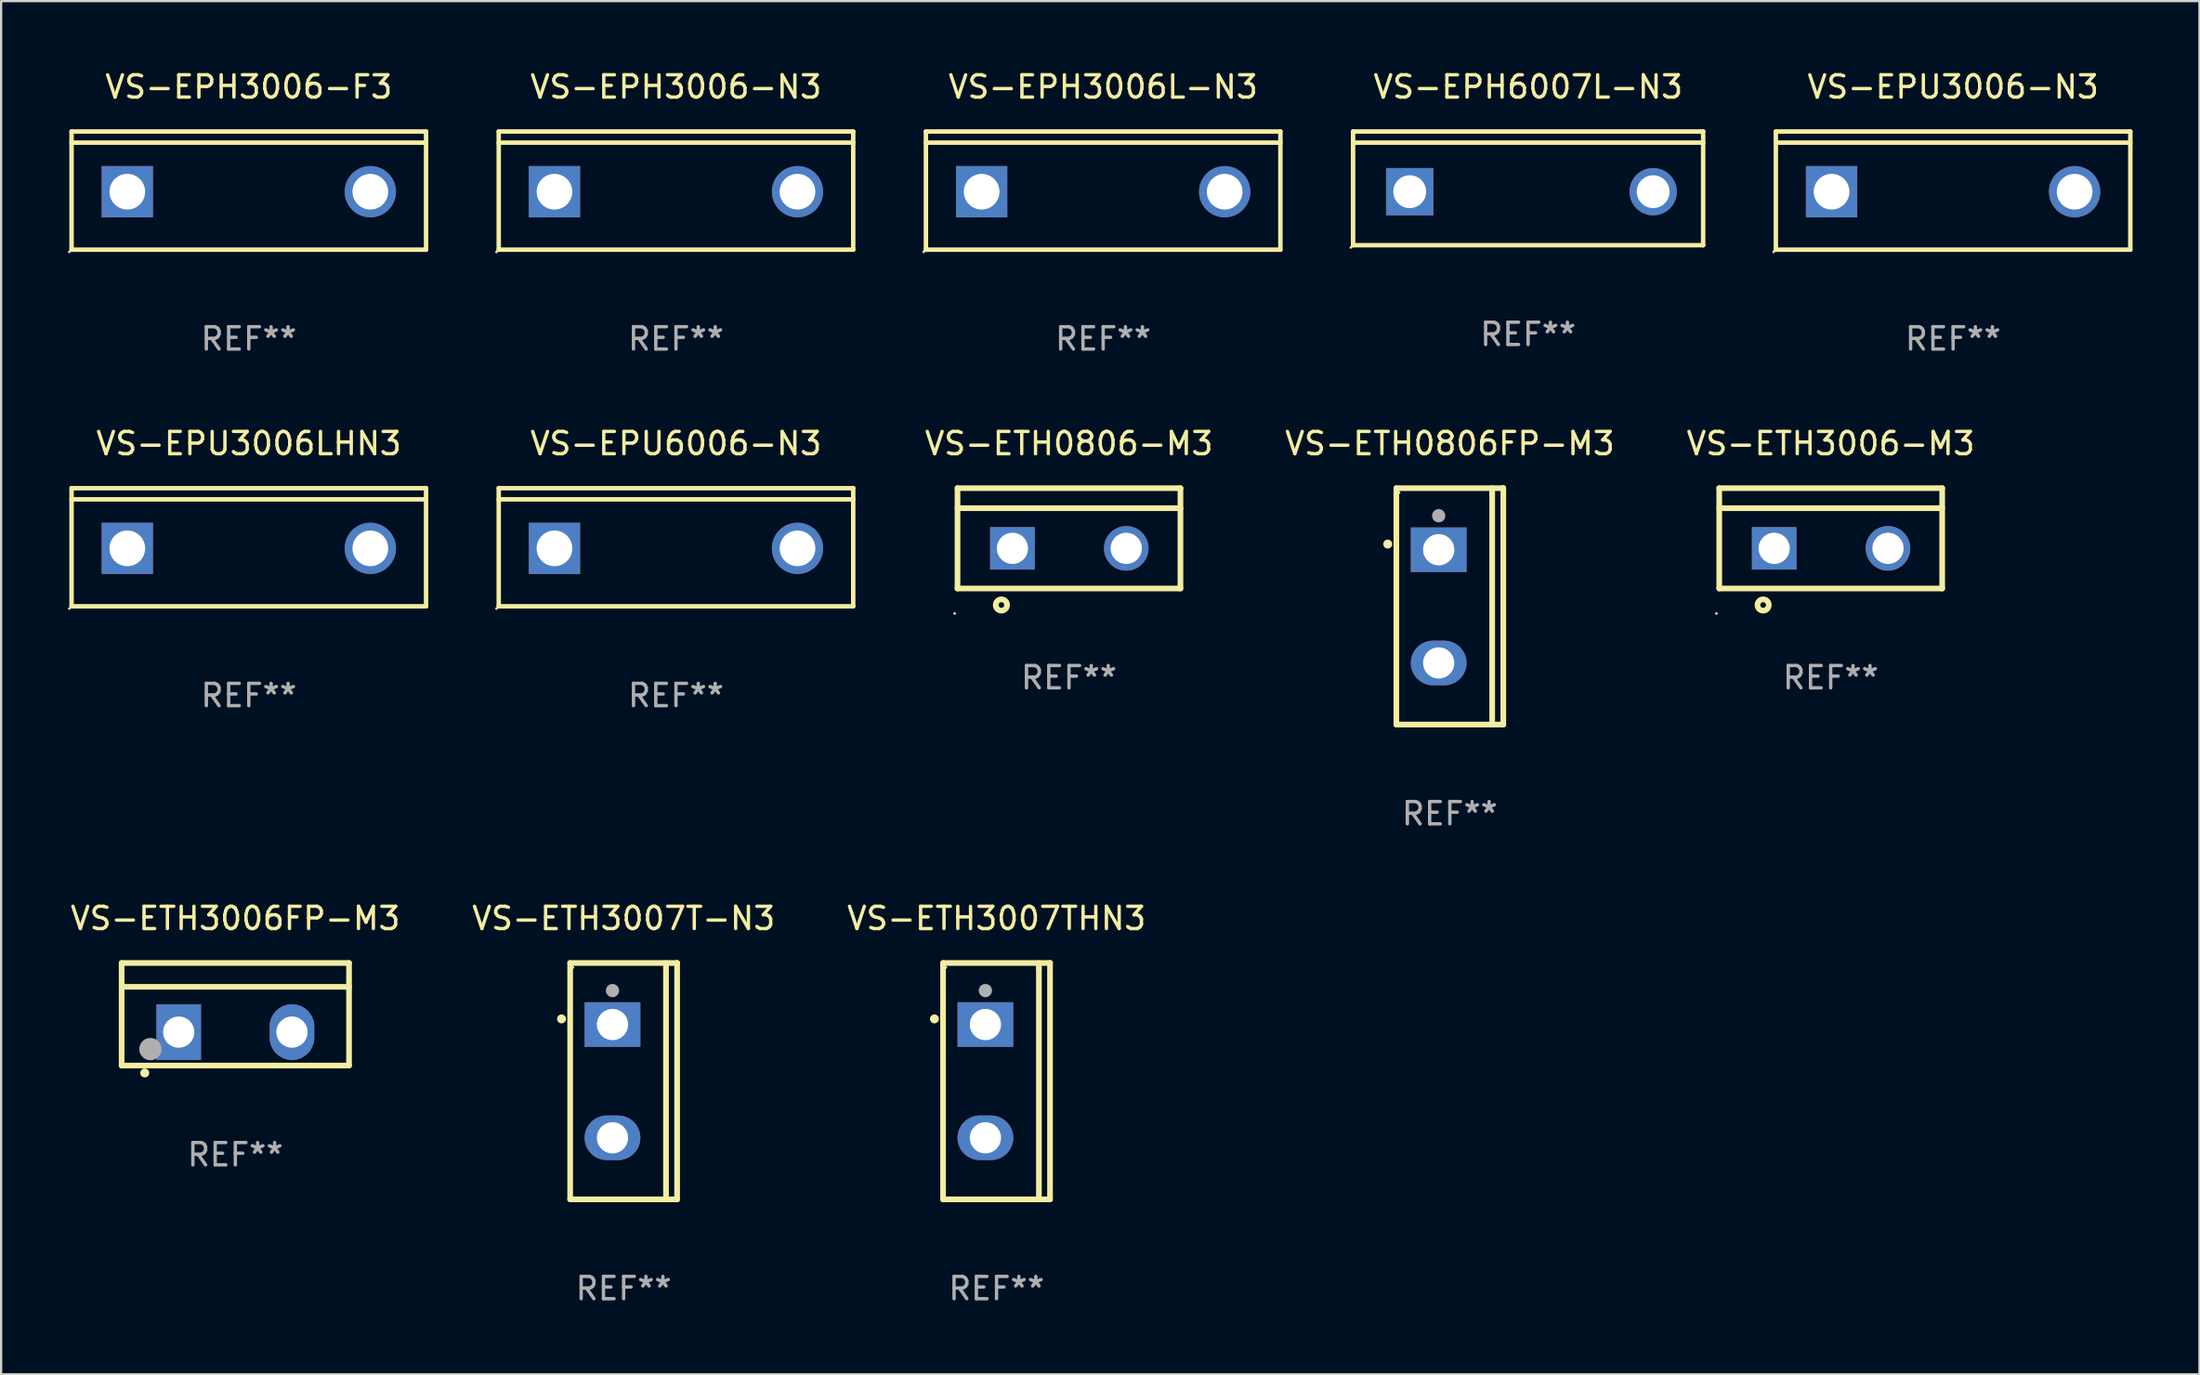
<source format=kicad_pcb>
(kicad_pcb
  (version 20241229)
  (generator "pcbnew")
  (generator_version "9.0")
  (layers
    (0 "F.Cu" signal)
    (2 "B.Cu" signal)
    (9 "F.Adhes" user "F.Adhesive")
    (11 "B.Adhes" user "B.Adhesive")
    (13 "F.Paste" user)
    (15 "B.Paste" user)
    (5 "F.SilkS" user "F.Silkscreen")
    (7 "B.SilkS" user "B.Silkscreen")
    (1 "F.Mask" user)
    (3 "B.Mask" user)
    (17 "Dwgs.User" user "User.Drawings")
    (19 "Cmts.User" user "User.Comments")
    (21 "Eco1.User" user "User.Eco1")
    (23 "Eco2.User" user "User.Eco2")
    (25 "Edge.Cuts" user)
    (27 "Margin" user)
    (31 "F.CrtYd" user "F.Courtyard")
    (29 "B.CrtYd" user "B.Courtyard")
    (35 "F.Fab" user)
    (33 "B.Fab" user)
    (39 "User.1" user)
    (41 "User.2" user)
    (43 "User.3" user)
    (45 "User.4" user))
  (footprint "VS-EPH3006L-N3"
    (layer "F.Cu")
    (at 46.431 5.499)
    (property "Reference" "VS-EPH3006L-N3" (at 0 -4.65 0) (layer "F.SilkS") (effects (font (size 1 1) (thickness 0.15))))
    (attr through_hole)
    (fp_line (start -7.95 -2.65) (end -7.95 2.65) (stroke (width 0.2) (type solid)) (layer "F.SilkS"))
    (fp_line (start -7.95 -2.15) (end 7.95 -2.15) (stroke (width 0.2) (type solid)) (layer "F.SilkS"))
    (fp_line (start -7.95 2.65) (end 7.95 2.65) (stroke (width 0.2) (type solid)) (layer "F.SilkS"))
    (fp_line (start 7.95 -2.65) (end -7.95 -2.65) (stroke (width 0.2) (type solid)) (layer "F.SilkS"))
    (fp_line (start 7.95 2.65) (end 7.95 -2.65) (stroke (width 0.2) (type solid)) (layer "F.SilkS"))
    (fp_circle (center -8.05 2.75) (end -8.02 2.75) (stroke (width 0.06) (type solid)) (fill no) (layer "F.SilkS"))
    (fp_text user "REF**" (at 0 6.65 0) (layer "F.Fab") (effects (font (size 1 1) (thickness 0.15))))
    (pad "1" thru_hole rect (at -5.45 0.05) (size 2.3 2.3) (drill 1.6) (layers "*.Cu" "*.Mask"))
    (pad "2" thru_hole circle (at 5.451 0.05) (size 2.3 2.3) (drill 1.6) (layers "*.Cu" "*.Mask")))
  (footprint "VS-ETH3007THN3"
    (layer "F.Cu")
    (at 41.649 45.445)
    (property "Reference" "VS-ETH3007THN3" (at 0 -7.301 0) (layer "F.SilkS") (effects (font (size 1 1) (thickness 0.15))))
    (attr through_hole)
    (fp_line (start -2.399 -5.301) (end 2.394 -5.301) (stroke (width 0.254) (type solid)) (layer "F.SilkS"))
    (fp_line (start -2.399 5.301) (end -2.399 -5.301) (stroke (width 0.254) (type solid)) (layer "F.SilkS"))
    (fp_line (start 1.9 -5.061) (end 1.9 -5.3) (stroke (width 0.254) (type solid)) (layer "F.SilkS"))
    (fp_line (start 1.9 5.3) (end 1.9 -5.061) (stroke (width 0.254) (type solid)) (layer "F.SilkS"))
    (fp_line (start 2.394 -5.301) (end 2.399 -5.301) (stroke (width 0.254) (type solid)) (layer "F.SilkS"))
    (fp_line (start 2.399 -5.301) (end 2.399 5.301) (stroke (width 0.254) (type solid)) (layer "F.SilkS"))
    (fp_line (start 2.399 5.301) (end -2.399 5.301) (stroke (width 0.254) (type solid)) (layer "F.SilkS"))
    (fp_arc (start -2.786043 -2.791466) (mid -2.786047 -2.792736) (end -2.786043 -2.794006) (stroke (width 0.4) (type solid)) (layer "F.SilkS"))
    (fp_circle (center -2.275 -5.1) (end -2.245 -5.1) (stroke (width 0.06) (type solid)) (fill no) (layer "F.SilkS"))
    (fp_circle (center -0.5 -4.064) (end -0.35 -4.064) (stroke (width 0.3) (type solid)) (fill no) (layer "F.Fab"))
    (fp_text user "REF**" (at 0 9.301 0) (layer "F.Fab") (effects (font (size 1 1) (thickness 0.15))))
    (pad "1" thru_hole rect (at -0.5 -2.54 270) (size 2 2.5) (drill 1.4) (layers "*.Cu" "*.Mask"))
    (pad "3" thru_hole oval (at -0.5 2.54 270) (size 2 2.5) (drill 1.4) (layers "*.Cu" "*.Mask")))
  (footprint "VS-EPU3006-N3"
    (layer "F.Cu")
    (at 84.554 5.499)
    (property "Reference" "VS-EPU3006-N3" (at 0 -4.65 0) (layer "F.SilkS") (effects (font (size 1 1) (thickness 0.15))))
    (attr through_hole)
    (fp_line (start -7.95 -2.65) (end -7.95 2.65) (stroke (width 0.2) (type solid)) (layer "F.SilkS"))
    (fp_line (start -7.95 -2.15) (end 7.95 -2.15) (stroke (width 0.2) (type solid)) (layer "F.SilkS"))
    (fp_line (start -7.95 2.65) (end 7.95 2.65) (stroke (width 0.2) (type solid)) (layer "F.SilkS"))
    (fp_line (start 7.95 -2.65) (end -7.95 -2.65) (stroke (width 0.2) (type solid)) (layer "F.SilkS"))
    (fp_line (start 7.95 2.65) (end 7.95 -2.65) (stroke (width 0.2) (type solid)) (layer "F.SilkS"))
    (fp_circle (center -8.05 2.75) (end -8.02 2.75) (stroke (width 0.06) (type solid)) (fill no) (layer "F.SilkS"))
    (fp_text user "REF**" (at 0 6.65 0) (layer "F.Fab") (effects (font (size 1 1) (thickness 0.15))))
    (pad "1" thru_hole rect (at -5.45 0.05) (size 2.3 2.3) (drill 1.6) (layers "*.Cu" "*.Mask"))
    (pad "2" thru_hole circle (at 5.451 0.05) (size 2.3 2.3) (drill 1.6) (layers "*.Cu" "*.Mask")))
  (footprint "VS-EPU3006LHN3"
    (layer "F.Cu")
    (at 8.11 21.496)
    (property "Reference" "VS-EPU3006LHN3" (at 0 -4.65 0) (layer "F.SilkS") (effects (font (size 1 1) (thickness 0.15))))
    (attr through_hole)
    (fp_line (start -7.95 -2.65) (end -7.95 2.65) (stroke (width 0.2) (type solid)) (layer "F.SilkS"))
    (fp_line (start -7.95 -2.15) (end 7.95 -2.15) (stroke (width 0.2) (type solid)) (layer "F.SilkS"))
    (fp_line (start -7.95 2.65) (end 7.95 2.65) (stroke (width 0.2) (type solid)) (layer "F.SilkS"))
    (fp_line (start 7.95 -2.65) (end -7.95 -2.65) (stroke (width 0.2) (type solid)) (layer "F.SilkS"))
    (fp_line (start 7.95 2.65) (end 7.95 -2.65) (stroke (width 0.2) (type solid)) (layer "F.SilkS"))
    (fp_circle (center -8.05 2.75) (end -8.02 2.75) (stroke (width 0.06) (type solid)) (fill no) (layer "F.SilkS"))
    (fp_text user "REF**" (at 0 6.65 0) (layer "F.Fab") (effects (font (size 1 1) (thickness 0.15))))
    (pad "1" thru_hole rect (at -5.45 0.05) (size 2.3 2.3) (drill 1.6) (layers "*.Cu" "*.Mask"))
    (pad "2" thru_hole circle (at 5.451 0.05) (size 2.3 2.3) (drill 1.6) (layers "*.Cu" "*.Mask")))
  (footprint "VS-ETH3007T-N3"
    (layer "F.Cu")
    (at 24.923 45.445)
    (property "Reference" "VS-ETH3007T-N3" (at 0 -7.301 0) (layer "F.SilkS") (effects (font (size 1 1) (thickness 0.15))))
    (attr through_hole)
    (fp_line (start -2.399 -5.301) (end 2.394 -5.301) (stroke (width 0.254) (type solid)) (layer "F.SilkS"))
    (fp_line (start -2.399 5.301) (end -2.399 -5.301) (stroke (width 0.254) (type solid)) (layer "F.SilkS"))
    (fp_line (start 1.9 -5.061) (end 1.9 -5.3) (stroke (width 0.254) (type solid)) (layer "F.SilkS"))
    (fp_line (start 1.9 5.3) (end 1.9 -5.061) (stroke (width 0.254) (type solid)) (layer "F.SilkS"))
    (fp_line (start 2.394 -5.301) (end 2.399 -5.301) (stroke (width 0.254) (type solid)) (layer "F.SilkS"))
    (fp_line (start 2.399 -5.301) (end 2.399 5.301) (stroke (width 0.254) (type solid)) (layer "F.SilkS"))
    (fp_line (start 2.399 5.301) (end -2.399 5.301) (stroke (width 0.254) (type solid)) (layer "F.SilkS"))
    (fp_arc (start -2.786043 -2.791466) (mid -2.786047 -2.792736) (end -2.786043 -2.794006) (stroke (width 0.4) (type solid)) (layer "F.SilkS"))
    (fp_circle (center -2.275 -5.1) (end -2.245 -5.1) (stroke (width 0.06) (type solid)) (fill no) (layer "F.SilkS"))
    (fp_circle (center -0.5 -4.064) (end -0.35 -4.064) (stroke (width 0.3) (type solid)) (fill no) (layer "F.Fab"))
    (fp_text user "REF**" (at 0 9.301 0) (layer "F.Fab") (effects (font (size 1 1) (thickness 0.15))))
    (pad "1" thru_hole rect (at -0.5 -2.54 270) (size 2 2.5) (drill 1.4) (layers "*.Cu" "*.Mask"))
    (pad "3" thru_hole oval (at -0.5 2.54 270) (size 2 2.5) (drill 1.4) (layers "*.Cu" "*.Mask")))
  (footprint "VS-ETH0806-M3"
    (layer "F.Cu")
    (at 44.898 21.096)
    (property "Reference" "VS-ETH0806-M3" (at 0 -4.25 0) (layer "F.SilkS") (effects (font (size 1 1) (thickness 0.15))))
    (attr through_hole)
    (fp_line (start -5 -2.25) (end 5 -2.25) (stroke (width 0.254) (type solid)) (layer "F.SilkS"))
    (fp_line (start -5 -1.351) (end 5 -1.351) (stroke (width 0.254) (type solid)) (layer "F.SilkS"))
    (fp_line (start -5 2.25) (end -5 -2.25) (stroke (width 0.254) (type solid)) (layer "F.SilkS"))
    (fp_line (start -5 2.25) (end 5 2.25) (stroke (width 0.254) (type solid)) (layer "F.SilkS"))
    (fp_line (start 5 2.25) (end 5 -2.25) (stroke (width 0.254) (type solid)) (layer "F.SilkS"))
    (fp_circle (center -5.127 3.371) (end -5.097 3.371) (stroke (width 0.06) (type solid)) (fill no) (layer "F.SilkS"))
    (fp_circle (center -3.031 2.99) (end -2.777 2.99) (stroke (width 0.254) (type solid)) (fill no) (layer "F.SilkS"))
    (fp_text user "REF**" (at 0 6.25 0) (layer "F.Fab") (effects (font (size 1 1) (thickness 0.15))))
    (pad "1" thru_hole rect (at -2.536 0.45 90) (size 1.905 2) (drill 1.4) (layers "*.Cu" "*.Mask"))
    (pad "3" thru_hole circle (at 2.569 0.45) (size 2 2) (drill 1.4) (layers "*.Cu" "*.Mask")))
  (footprint "VS-ETH3006-M3"
    (layer "F.Cu")
    (at 79.065 21.096)
    (property "Reference" "VS-ETH3006-M3" (at 0 -4.25 0) (layer "F.SilkS") (effects (font (size 1 1) (thickness 0.15))))
    (attr through_hole)
    (fp_line (start -5 -2.25) (end 5 -2.25) (stroke (width 0.254) (type solid)) (layer "F.SilkS"))
    (fp_line (start -5 -1.351) (end 5 -1.351) (stroke (width 0.254) (type solid)) (layer "F.SilkS"))
    (fp_line (start -5 2.25) (end -5 -2.25) (stroke (width 0.254) (type solid)) (layer "F.SilkS"))
    (fp_line (start -5 2.25) (end 5 2.25) (stroke (width 0.254) (type solid)) (layer "F.SilkS"))
    (fp_line (start 5 2.25) (end 5 -2.25) (stroke (width 0.254) (type solid)) (layer "F.SilkS"))
    (fp_circle (center -5.127 3.371) (end -5.097 3.371) (stroke (width 0.06) (type solid)) (fill no) (layer "F.SilkS"))
    (fp_circle (center -3.031 2.99) (end -2.777 2.99) (stroke (width 0.254) (type solid)) (fill no) (layer "F.SilkS"))
    (fp_text user "REF**" (at 0 6.25 0) (layer "F.Fab") (effects (font (size 1 1) (thickness 0.15))))
    (pad "1" thru_hole rect (at -2.536 0.45 90) (size 1.905 2) (drill 1.4) (layers "*.Cu" "*.Mask"))
    (pad "3" thru_hole circle (at 2.569 0.45) (size 2 2) (drill 1.4) (layers "*.Cu" "*.Mask")))
  (footprint "VS-EPH6007L-N3"
    (layer "F.Cu")
    (at 65.492 5.398)
    (property "Reference" "VS-EPH6007L-N3" (at 0 -4.55 0) (layer "F.SilkS") (effects (font (size 1 1) (thickness 0.15))))
    (attr through_hole)
    (fp_line (start -7.851 -2.55) (end 7.851 -2.55) (stroke (width 0.201) (type solid)) (layer "F.SilkS"))
    (fp_line (start -7.851 -2.05) (end 7.851 -2.05) (stroke (width 0.201) (type solid)) (layer "F.SilkS"))
    (fp_line (start -7.851 2.55) (end -7.851 -2.55) (stroke (width 0.201) (type solid)) (layer "F.SilkS"))
    (fp_line (start 7.851 -2.55) (end 7.851 2.55) (stroke (width 0.201) (type solid)) (layer "F.SilkS"))
    (fp_line (start 7.851 2.55) (end -7.851 2.55) (stroke (width 0.201) (type solid)) (layer "F.SilkS"))
    (fp_circle (center -7.951 2.65) (end -7.921 2.65) (stroke (width 0.06) (type solid)) (fill no) (layer "F.SilkS"))
    (fp_text user "REF**" (at 0 6.55 0) (layer "F.Fab") (effects (font (size 1 1) (thickness 0.15))))
    (pad "1" thru_hole rect (at -5.31 0.15) (size 2.121 2.121) (drill 1.473) (layers "*.Cu" "*.Mask"))
    (pad "3" thru_hole circle (at 5.61 0.15) (size 2.121 2.121) (drill 1.473) (layers "*.Cu" "*.Mask")))
  (footprint "VS-ETH0806FP-M3"
    (layer "F.Cu")
    (at 61.981 24.147)
    (property "Reference" "VS-ETH0806FP-M3" (at 0 -7.301 0) (layer "F.SilkS") (effects (font (size 1 1) (thickness 0.15))))
    (attr through_hole)
    (fp_line (start -2.399 -5.301) (end 2.394 -5.301) (stroke (width 0.254) (type solid)) (layer "F.SilkS"))
    (fp_line (start -2.399 5.301) (end -2.399 -5.301) (stroke (width 0.254) (type solid)) (layer "F.SilkS"))
    (fp_line (start 1.9 -5.061) (end 1.9 -5.3) (stroke (width 0.254) (type solid)) (layer "F.SilkS"))
    (fp_line (start 1.9 5.3) (end 1.9 -5.061) (stroke (width 0.254) (type solid)) (layer "F.SilkS"))
    (fp_line (start 2.394 -5.301) (end 2.399 -5.301) (stroke (width 0.254) (type solid)) (layer "F.SilkS"))
    (fp_line (start 2.399 -5.301) (end 2.399 5.301) (stroke (width 0.254) (type solid)) (layer "F.SilkS"))
    (fp_line (start 2.399 5.301) (end -2.399 5.301) (stroke (width 0.254) (type solid)) (layer "F.SilkS"))
    (fp_arc (start -2.786043 -2.791466) (mid -2.786047 -2.792736) (end -2.786043 -2.794006) (stroke (width 0.4) (type solid)) (layer "F.SilkS"))
    (fp_circle (center -2.275 -5.1) (end -2.245 -5.1) (stroke (width 0.06) (type solid)) (fill no) (layer "F.SilkS"))
    (fp_circle (center -0.5 -4.064) (end -0.35 -4.064) (stroke (width 0.3) (type solid)) (fill no) (layer "F.Fab"))
    (fp_text user "REF**" (at 0 9.301 0) (layer "F.Fab") (effects (font (size 1 1) (thickness 0.15))))
    (pad "1" thru_hole rect (at -0.5 -2.54 270) (size 2 2.5) (drill 1.4) (layers "*.Cu" "*.Mask"))
    (pad "3" thru_hole oval (at -0.5 2.54 270) (size 2 2.5) (drill 1.4) (layers "*.Cu" "*.Mask")))
  (footprint "VS-ETH3006FP-M3"
    (layer "F.Cu")
    (at 7.506 42.444)
    (property "Reference" "VS-ETH3006FP-M3" (at 0 -4.3 0) (layer "F.SilkS") (effects (font (size 1 1) (thickness 0.15))))
    (attr through_hole)
    (fp_line (start -5.1 -2.3) (end -5.1 2.3) (stroke (width 0.254) (type solid)) (layer "F.SilkS"))
    (fp_line (start -5.1 2.3) (end 5.1 2.3) (stroke (width 0.254) (type solid)) (layer "F.SilkS"))
    (fp_line (start -5.08 -1.232) (end 5.1 -1.232) (stroke (width 0.254) (type solid)) (layer "F.SilkS"))
    (fp_line (start 5.1 -2.3) (end -5.1 -2.3) (stroke (width 0.254) (type solid)) (layer "F.SilkS"))
    (fp_line (start 5.1 -2.3) (end 5.1 2.3) (stroke (width 0.254) (type solid)) (layer "F.SilkS"))
    (fp_arc (start -4.065278 2.632004) (mid -4.064008 2.632) (end -4.062738 2.632004) (stroke (width 0.4) (type solid)) (layer "F.SilkS"))
    (fp_circle (center -5.1 2.32) (end -5.07 2.32) (stroke (width 0.06) (type solid)) (fill no) (layer "F.SilkS"))
    (fp_circle (center -3.81 1.562) (end -3.56 1.562) (stroke (width 0.5) (type solid)) (fill no) (layer "F.Fab"))
    (fp_text user "REF**" (at 0 6.3 0) (layer "F.Fab") (effects (font (size 1 1) (thickness 0.15))))
    (pad "1" thru_hole rect (at -2.54 0.8) (size 2 2.5) (drill 1.4) (layers "*.Cu" "*.Mask"))
    (pad "2" thru_hole oval (at 2.54 0.8) (size 2 2.5) (drill 1.4) (layers "*.Cu" "*.Mask")))
  (footprint "VS-EPU6006-N3"
    (layer "F.Cu")
    (at 27.27 21.496)
    (property "Reference" "VS-EPU6006-N3" (at 0 -4.65 0) (layer "F.SilkS") (effects (font (size 1 1) (thickness 0.15))))
    (attr through_hole)
    (fp_line (start -7.95 -2.65) (end -7.95 2.65) (stroke (width 0.2) (type solid)) (layer "F.SilkS"))
    (fp_line (start -7.95 -2.15) (end 7.95 -2.15) (stroke (width 0.2) (type solid)) (layer "F.SilkS"))
    (fp_line (start -7.95 2.65) (end 7.95 2.65) (stroke (width 0.2) (type solid)) (layer "F.SilkS"))
    (fp_line (start 7.95 -2.65) (end -7.95 -2.65) (stroke (width 0.2) (type solid)) (layer "F.SilkS"))
    (fp_line (start 7.95 2.65) (end 7.95 -2.65) (stroke (width 0.2) (type solid)) (layer "F.SilkS"))
    (fp_circle (center -8.05 2.75) (end -8.02 2.75) (stroke (width 0.06) (type solid)) (fill no) (layer "F.SilkS"))
    (fp_text user "REF**" (at 0 6.65 0) (layer "F.Fab") (effects (font (size 1 1) (thickness 0.15))))
    (pad "1" thru_hole rect (at -5.45 0.05) (size 2.3 2.3) (drill 1.6) (layers "*.Cu" "*.Mask"))
    (pad "2" thru_hole circle (at 5.451 0.05) (size 2.3 2.3) (drill 1.6) (layers "*.Cu" "*.Mask")))
  (footprint "VS-EPH3006-F3"
    (layer "F.Cu")
    (at 8.11 5.499)
    (property "Reference" "VS-EPH3006-F3" (at 0 -4.65 0) (layer "F.SilkS") (effects (font (size 1 1) (thickness 0.15))))
    (attr through_hole)
    (fp_line (start -7.95 -2.65) (end -7.95 2.65) (stroke (width 0.2) (type solid)) (layer "F.SilkS"))
    (fp_line (start -7.95 -2.15) (end 7.95 -2.15) (stroke (width 0.2) (type solid)) (layer "F.SilkS"))
    (fp_line (start -7.95 2.65) (end 7.95 2.65) (stroke (width 0.2) (type solid)) (layer "F.SilkS"))
    (fp_line (start 7.95 -2.65) (end -7.95 -2.65) (stroke (width 0.2) (type solid)) (layer "F.SilkS"))
    (fp_line (start 7.95 2.65) (end 7.95 -2.65) (stroke (width 0.2) (type solid)) (layer "F.SilkS"))
    (fp_circle (center -8.05 2.75) (end -8.02 2.75) (stroke (width 0.06) (type solid)) (fill no) (layer "F.SilkS"))
    (fp_text user "REF**" (at 0 6.65 0) (layer "F.Fab") (effects (font (size 1 1) (thickness 0.15))))
    (pad "1" thru_hole rect (at -5.45 0.05) (size 2.3 2.3) (drill 1.6) (layers "*.Cu" "*.Mask"))
    (pad "2" thru_hole circle (at 5.451 0.05) (size 2.3 2.3) (drill 1.6) (layers "*.Cu" "*.Mask")))
  (footprint "VS-EPH3006-N3"
    (layer "F.Cu")
    (at 27.27 5.499)
    (property "Reference" "VS-EPH3006-N3" (at 0 -4.65 0) (layer "F.SilkS") (effects (font (size 1 1) (thickness 0.15))))
    (attr through_hole)
    (fp_line (start -7.95 -2.65) (end -7.95 2.65) (stroke (width 0.2) (type solid)) (layer "F.SilkS"))
    (fp_line (start -7.95 -2.15) (end 7.95 -2.15) (stroke (width 0.2) (type solid)) (layer "F.SilkS"))
    (fp_line (start -7.95 2.65) (end 7.95 2.65) (stroke (width 0.2) (type solid)) (layer "F.SilkS"))
    (fp_line (start 7.95 -2.65) (end -7.95 -2.65) (stroke (width 0.2) (type solid)) (layer "F.SilkS"))
    (fp_line (start 7.95 2.65) (end 7.95 -2.65) (stroke (width 0.2) (type solid)) (layer "F.SilkS"))
    (fp_circle (center -8.05 2.75) (end -8.02 2.75) (stroke (width 0.06) (type solid)) (fill no) (layer "F.SilkS"))
    (fp_text user "REF**" (at 0 6.65 0) (layer "F.Fab") (effects (font (size 1 1) (thickness 0.15))))
    (pad "1" thru_hole rect (at -5.45 0.05) (size 2.3 2.3) (drill 1.6) (layers "*.Cu" "*.Mask"))
    (pad "3" thru_hole circle (at 5.451 0.05) (size 2.3 2.3) (drill 1.6) (layers "*.Cu" "*.Mask")))
  (gr_rect
    (start -3 -3)
    (end 95.604 58.595)
    (stroke (width 0.1) (type default))
    (fill no)
    (layer "Edge.Cuts")))
</source>
